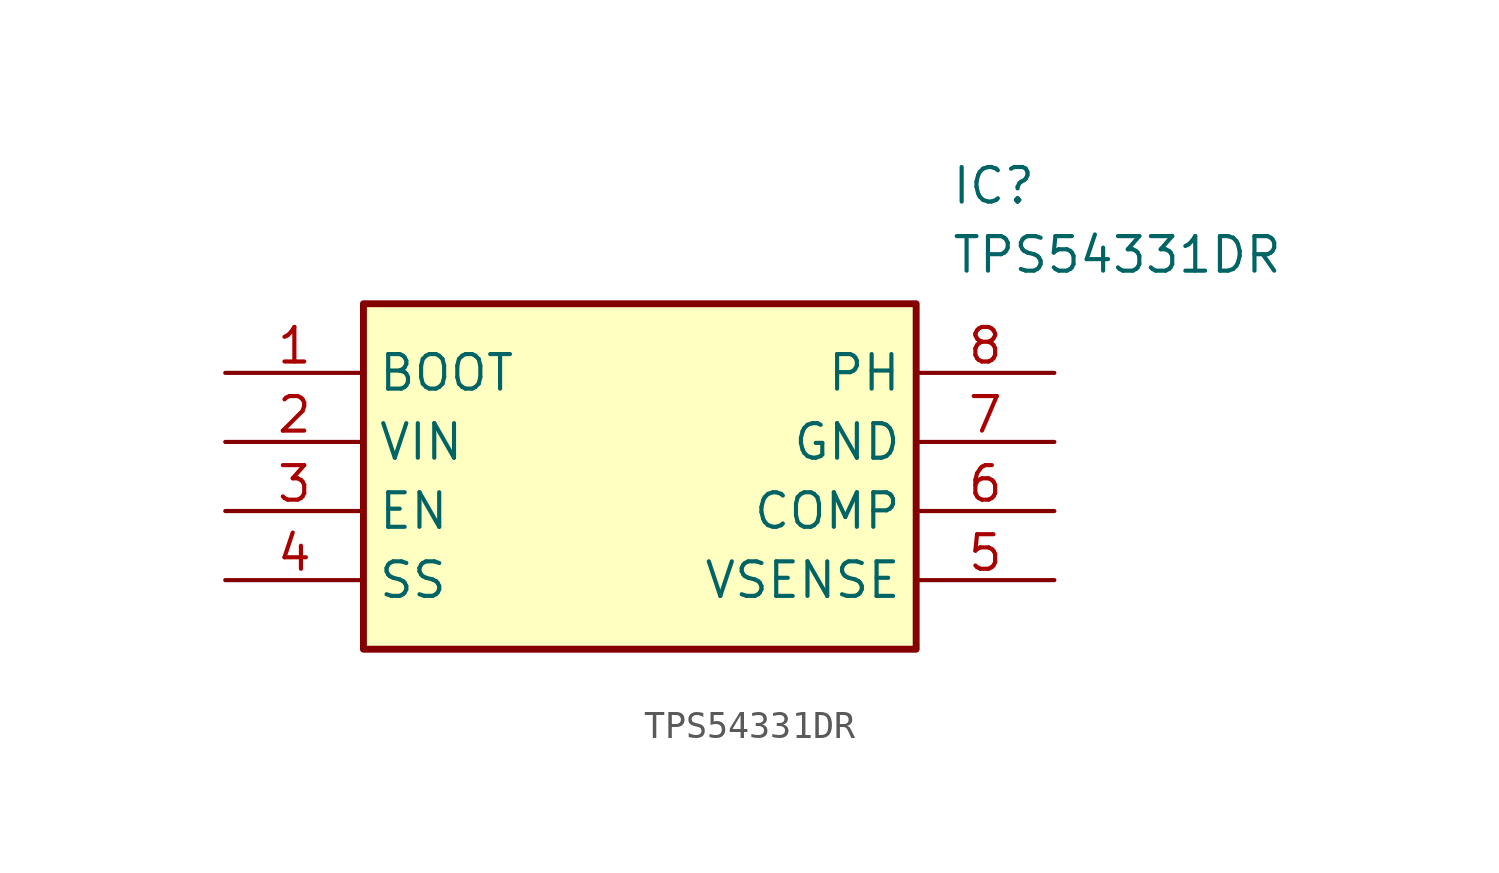
<source format=kicad_sym>
(kicad_symbol_lib
  (version 20211014)
  (generator SamacSys_ECAD_Model)
  (symbol "TPS54331DR"
    (property "Reference" "IC"
      (at 26.67 7.62 0)
      (effects (font (size 1.27 1.27)) (justify left top)))
    (property "Value" "TPS54331DR"
      (at 26.67 5.08 0)
      (effects (font (size 1.27 1.27)) (justify left top)))
    (rectangle
      (start 5.08 2.54)
      (end 25.4 -10.16)
      (stroke (width 0.254) (type default))
      (fill (type background)))
    (pin passive line
      (at 0 0 0)
      (length 5.08)
      (name "BOOT" (effects (font (size 1.27 1.27))))
      (number "1" (effects (font (size 1.27 1.27)))))
    (pin passive line
      (at 0 -2.54 0)
      (length 5.08)
      (name "VIN" (effects (font (size 1.27 1.27))))
      (number "2" (effects (font (size 1.27 1.27)))))
    (pin passive line
      (at 0 -5.08 0)
      (length 5.08)
      (name "EN" (effects (font (size 1.27 1.27))))
      (number "3" (effects (font (size 1.27 1.27)))))
    (pin passive line
      (at 0 -7.62 0)
      (length 5.08)
      (name "SS" (effects (font (size 1.27 1.27))))
      (number "4" (effects (font (size 1.27 1.27)))))
    (pin passive line
      (at 30.48 0 180)
      (length 5.08)
      (name "PH" (effects (font (size 1.27 1.27))))
      (number "8" (effects (font (size 1.27 1.27)))))
    (pin passive line
      (at 30.48 -2.54 180)
      (length 5.08)
      (name "GND" (effects (font (size 1.27 1.27))))
      (number "7" (effects (font (size 1.27 1.27)))))
    (pin passive line
      (at 30.48 -5.08 180)
      (length 5.08)
      (name "COMP" (effects (font (size 1.27 1.27))))
      (number "6" (effects (font (size 1.27 1.27)))))
    (pin passive line
      (at 30.48 -7.62 180)
      (length 5.08)
      (name "VSENSE" (effects (font (size 1.27 1.27))))
      (number "5" (effects (font (size 1.27 1.27)))))))
</source>
